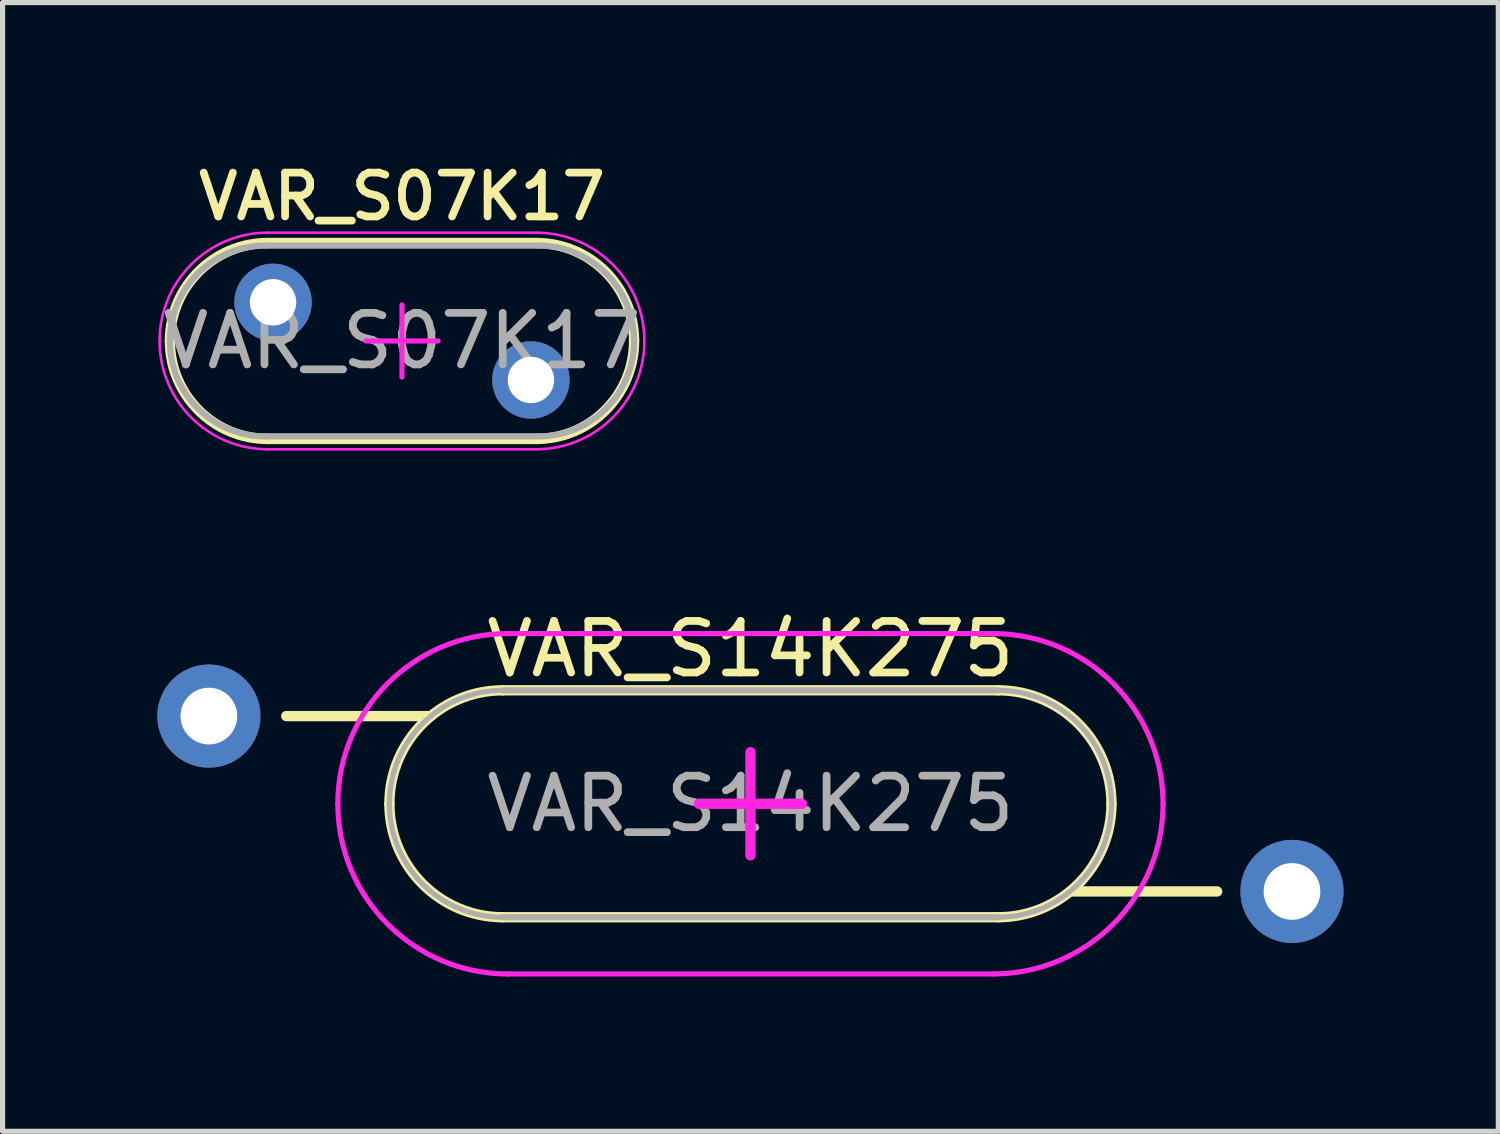
<source format=kicad_pcb>
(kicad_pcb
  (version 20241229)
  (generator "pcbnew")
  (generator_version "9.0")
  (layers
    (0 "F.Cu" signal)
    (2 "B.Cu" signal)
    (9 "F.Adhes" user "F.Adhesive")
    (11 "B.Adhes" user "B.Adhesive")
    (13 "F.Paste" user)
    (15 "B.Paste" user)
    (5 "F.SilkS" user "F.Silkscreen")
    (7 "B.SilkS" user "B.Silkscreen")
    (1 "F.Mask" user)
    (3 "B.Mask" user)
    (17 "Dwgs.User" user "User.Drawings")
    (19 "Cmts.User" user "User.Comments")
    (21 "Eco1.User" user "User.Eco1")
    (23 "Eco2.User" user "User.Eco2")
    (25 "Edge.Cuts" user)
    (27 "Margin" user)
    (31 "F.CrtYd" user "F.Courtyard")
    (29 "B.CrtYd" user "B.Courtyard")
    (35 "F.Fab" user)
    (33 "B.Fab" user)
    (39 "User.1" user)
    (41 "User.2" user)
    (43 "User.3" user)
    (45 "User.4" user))
  (footprint "VAR_S14K275"
    (layer "F.Cu")
    (at 11.5 12.534)
    (property "Reference" "VAR_S14K275" (at 0 -3 0) (layer "F.SilkS") (effects (font (size 1 1) (thickness 0.15))))
    (attr through_hole)
    (fp_line (start -9 -1.7) (end -6.2 -1.7) (stroke (width 0.2) (type solid)) (layer "F.SilkS"))
    (fp_line (start -4.8 2.2) (end 4.8 2.2) (stroke (width 0.2) (type solid)) (layer "F.SilkS"))
    (fp_line (start 4.8 -2.2) (end -4.8 -2.2) (stroke (width 0.2) (type solid)) (layer "F.SilkS"))
    (fp_line (start 9.05 1.7) (end 6.2 1.7) (stroke (width 0.2) (type solid)) (layer "F.SilkS"))
    (fp_arc (start -7 0) (mid -6.355635 -1.555635) (end -4.8 -2.2) (stroke (width 0.2) (type solid)) (layer "F.SilkS"))
    (fp_arc (start -4.8 2.2) (mid -6.355635 1.555635) (end -7 0) (stroke (width 0.2) (type solid)) (layer "F.SilkS"))
    (fp_arc (start 4.8 -2.2) (mid 6.355635 -1.555635) (end 7 0) (stroke (width 0.2) (type solid)) (layer "F.SilkS"))
    (fp_arc (start 7 0) (mid 6.355635 1.555635) (end 4.8 2.2) (stroke (width 0.2) (type solid)) (layer "F.SilkS"))
    (fp_line (start -4.7 -3.3) (end 4.7 -3.3) (stroke (width 0.1) (type solid)) (layer "F.CrtYd"))
    (fp_line (start 0 1) (end 0 -1) (stroke (width 0.2) (type solid)) (layer "F.CrtYd"))
    (fp_line (start 1 0) (end -1 0) (stroke (width 0.2) (type solid)) (layer "F.CrtYd"))
    (fp_line (start 4.7 3.3) (end -4.7 3.3) (stroke (width 0.1) (type solid)) (layer "F.CrtYd"))
    (fp_arc (start -8 0) (mid -7.033452 -2.333452) (end -4.7 -3.3) (stroke (width 0.1) (type solid)) (layer "F.CrtYd"))
    (fp_arc (start -4.7 3.3) (mid -7.033452 2.333452) (end -8 0) (stroke (width 0.1) (type solid)) (layer "F.CrtYd"))
    (fp_arc (start 4.7 -3.3) (mid 7.033452 -2.333452) (end 8 0) (stroke (width 0.1) (type solid)) (layer "F.CrtYd"))
    (fp_arc (start 8 0) (mid 7.033452 2.333452) (end 4.7 3.3) (stroke (width 0.1) (type solid)) (layer "F.CrtYd"))
    (fp_line (start -4.8 2.2) (end 4.8 2.2) (stroke (width 0.12) (type solid)) (layer "F.Fab"))
    (fp_line (start 4.8 -2.2) (end -4.8 -2.2) (stroke (width 0.12) (type solid)) (layer "F.Fab"))
    (fp_arc (start -7 0) (mid -6.355635 -1.555635) (end -4.8 -2.2) (stroke (width 0.1) (type solid)) (layer "F.Fab"))
    (fp_arc (start -4.8 2.2) (mid -6.355635 1.555635) (end -7 0) (stroke (width 0.1) (type solid)) (layer "F.Fab"))
    (fp_arc (start 4.8 -2.2) (mid 6.355635 -1.555635) (end 7 0) (stroke (width 0.1) (type solid)) (layer "F.Fab"))
    (fp_arc (start 7 0) (mid 6.355635 1.555635) (end 4.8 2.2) (stroke (width 0.1) (type solid)) (layer "F.Fab"))
    (fp_text user "${REFERENCE}" (at 0 0 0) (layer "F.Fab") (effects (font (size 1 1) (thickness 0.15))))
    (pad "1" thru_hole circle (at -10.5 -1.7) (size 2 2) (drill 1.1) (layers "*.Cu" "*.Mask"))
    (pad "2" thru_hole circle (at 10.5 1.7) (size 2 2) (drill 1.1) (layers "*.Cu" "*.Mask")))
  (footprint "VAR_S07K17"
    (layer "F.Cu")
    (at 4.744 3.561)
    (property "Reference" "VAR_S07K17" (at 0 -2.8 180) (layer "F.SilkS") (effects (font (size 0.85 0.85) (thickness 0.15))))
    (attr through_hole)
    (fp_line (start -2.6 -1.9) (end 2.6 -1.9) (stroke (width 0.2) (type solid)) (layer "F.SilkS"))
    (fp_line (start 2.6 1.9) (end -2.6 1.9) (stroke (width 0.2) (type solid)) (layer "F.SilkS"))
    (fp_arc (start -4.5 0) (mid -3.943503 -1.343503) (end -2.6 -1.9) (stroke (width 0.2) (type solid)) (layer "F.SilkS"))
    (fp_arc (start -2.6 1.9) (mid -3.943503 1.343503) (end -4.5 0) (stroke (width 0.2) (type solid)) (layer "F.SilkS"))
    (fp_arc (start 2.6 -1.9) (mid 3.943503 -1.343503) (end 4.5 0) (stroke (width 0.2) (type solid)) (layer "F.SilkS"))
    (fp_arc (start 4.5 0) (mid 3.943503 1.343503) (end 2.6 1.9) (stroke (width 0.2) (type solid)) (layer "F.SilkS"))
    (fp_line (start -2.6 -2.1) (end 2.6 -2.1) (stroke (width 0.05) (type solid)) (layer "F.CrtYd"))
    (fp_line (start 0 -0.7) (end 0 0.7) (stroke (width 0.1) (type solid)) (layer "F.CrtYd"))
    (fp_line (start 0.7 0) (end -0.7 0) (stroke (width 0.1) (type solid)) (layer "F.CrtYd"))
    (fp_line (start 2.6 2.1) (end -2.6 2.1) (stroke (width 0.05) (type solid)) (layer "F.CrtYd"))
    (fp_arc (start -4.7 0) (mid -4.084924 -1.484924) (end -2.6 -2.1) (stroke (width 0.05) (type solid)) (layer "F.CrtYd"))
    (fp_arc (start -2.6 2.1) (mid -4.084924 1.484924) (end -4.7 0) (stroke (width 0.05) (type solid)) (layer "F.CrtYd"))
    (fp_arc (start 2.6 -2.1) (mid 4.084924 -1.484924) (end 4.7 0) (stroke (width 0.05) (type solid)) (layer "F.CrtYd"))
    (fp_arc (start 4.7 0) (mid 4.084924 1.484924) (end 2.6 2.1) (stroke (width 0.05) (type solid)) (layer "F.CrtYd"))
    (fp_line (start -2.65 -1.85) (end 2.65 -1.85) (stroke (width 0.12) (type solid)) (layer "F.Fab"))
    (fp_line (start 2.65 1.85) (end -2.65 1.85) (stroke (width 0.12) (type solid)) (layer "F.Fab"))
    (fp_arc (start -4.5 0) (mid -3.959289 -1.307005) (end -2.653229 -1.849997) (stroke (width 0.12) (type solid)) (layer "F.Fab"))
    (fp_arc (start -2.65 1.85) (mid -3.958148 1.308148) (end -4.5 0) (stroke (width 0.12) (type solid)) (layer "F.Fab"))
    (fp_arc (start 2.65 -1.85) (mid 3.958148 -1.308148) (end 4.5 0) (stroke (width 0.12) (type solid)) (layer "F.Fab"))
    (fp_arc (start 4.5 0) (mid 3.958148 1.308148) (end 2.65 1.85) (stroke (width 0.12) (type solid)) (layer "F.Fab"))
    (fp_text user "${REFERENCE}" (at 0 0 0) (layer "F.Fab") (effects (font (size 1 1) (thickness 0.15))))
    (pad "1" thru_hole circle (at -2.5 -0.75) (size 1.5 1.5) (drill 0.9) (layers "*.Cu" "*.Mask"))
    (pad "2" thru_hole circle (at 2.5 0.756) (size 1.5 1.5) (drill 0.9) (layers "*.Cu" "*.Mask")))
  (gr_rect
    (start -3 -3)
    (end 26 18.884)
    (stroke (width 0.1) (type default))
    (fill no)
    (layer "Edge.Cuts")))
</source>
